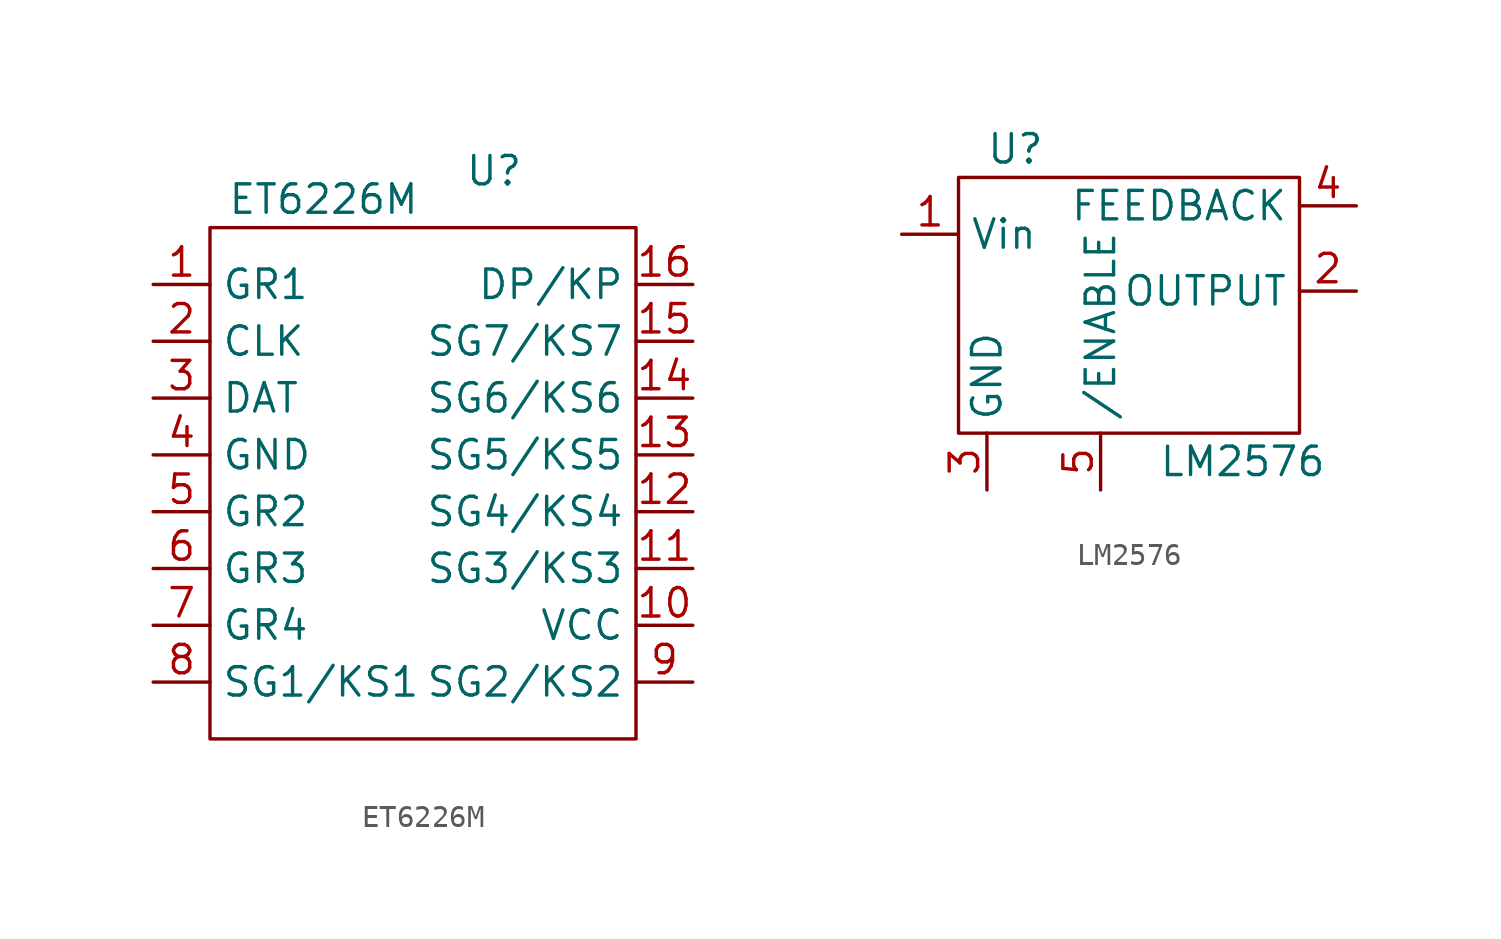
<source format=kicad_sym>
(kicad_symbol_lib
  (version 20211014)
  (generator kicad_symbol_editor)
  (symbol "ET6226M"
    (property "Reference" "U"
      (at 3.81 13.97 0)
      (effects (font (size 1.27 1.27))))
    (property "Value" "ET6226M"
      (at -3.81 12.7 0)
      (effects (font (size 1.27 1.27))))
    (symbol "ET6226M_0_1"
      (rectangle (start -8.89 11.43) (end 10.16 -11.43) (stroke (width 0) (type default) (color 0 0 0 0)) (fill (type none))))
    (symbol "ET6226M_1_1"
      (pin output line (at -11.43 8.89 0) (length 2.54) (name "GR1" (effects (font (size 1.27 1.27)))) (number "1" (effects (font (size 1.27 1.27)))))
      (pin power_in line (at 12.7 -6.35 180) (length 2.54) (name "VCC" (effects (font (size 1.27 1.27)))) (number "10" (effects (font (size 1.27 1.27)))))
      (pin bidirectional line (at 12.7 -3.81 180) (length 2.54) (name "SG3/KS3" (effects (font (size 1.27 1.27)))) (number "11" (effects (font (size 1.27 1.27)))))
      (pin bidirectional line (at 12.7 -1.27 180) (length 2.54) (name "SG4/KS4" (effects (font (size 1.27 1.27)))) (number "12" (effects (font (size 1.27 1.27)))))
      (pin bidirectional line (at 12.7 1.27 180) (length 2.54) (name "SG5/KS5" (effects (font (size 1.27 1.27)))) (number "13" (effects (font (size 1.27 1.27)))))
      (pin bidirectional line (at 12.7 3.81 180) (length 2.54) (name "SG6/KS6" (effects (font (size 1.27 1.27)))) (number "14" (effects (font (size 1.27 1.27)))))
      (pin bidirectional line (at 12.7 6.35 180) (length 2.54) (name "SG7/KS7" (effects (font (size 1.27 1.27)))) (number "15" (effects (font (size 1.27 1.27)))))
      (pin bidirectional line (at 12.7 8.89 180) (length 2.54) (name "DP/KP" (effects (font (size 1.27 1.27)))) (number "16" (effects (font (size 1.27 1.27)))))
      (pin input line (at -11.43 6.35 0) (length 2.54) (name "CLK" (effects (font (size 1.27 1.27)))) (number "2" (effects (font (size 1.27 1.27)))))
      (pin input line (at -11.43 3.81 0) (length 2.54) (name "DAT" (effects (font (size 1.27 1.27)))) (number "3" (effects (font (size 1.27 1.27)))))
      (pin power_in line (at -11.43 1.27 0) (length 2.54) (name "GND" (effects (font (size 1.27 1.27)))) (number "4" (effects (font (size 1.27 1.27)))))
      (pin output line (at -11.43 -1.27 0) (length 2.54) (name "GR2" (effects (font (size 1.27 1.27)))) (number "5" (effects (font (size 1.27 1.27)))))
      (pin output line (at -11.43 -3.81 0) (length 2.54) (name "GR3" (effects (font (size 1.27 1.27)))) (number "6" (effects (font (size 1.27 1.27)))))
      (pin output line (at -11.43 -6.35 0) (length 2.54) (name "GR4" (effects (font (size 1.27 1.27)))) (number "7" (effects (font (size 1.27 1.27)))))
      (pin bidirectional line (at -11.43 -8.89 0) (length 2.54) (name "SG1/KS1" (effects (font (size 1.27 1.27)))) (number "8" (effects (font (size 1.27 1.27)))))
      (pin bidirectional line (at 12.7 -8.89 180) (length 2.54) (name "SG2/KS2" (effects (font (size 1.27 1.27)))) (number "9" (effects (font (size 1.27 1.27)))))))
  (symbol "LM2576"
    (property "Reference" "U"
      (at 2.54 12.7 0)
      (effects (font (size 1.27 1.27))))
    (property "Value" "LM2576"
      (at 12.7 -1.27 0)
      (effects (font (size 1.27 1.27))))
    (symbol "LM2576_0_1"
      (rectangle (start 0 0) (end 15.24 11.43) (stroke (width 0.152) (type default) (color 0 0 0 0)) (fill (type none))))
    (symbol "LM2576_1_1"
      (pin power_in line (at -2.54 8.89 0) (length 2.54) (name "Vin" (effects (font (size 1.27 1.27)))) (number "1" (effects (font (size 1.27 1.27)))))
      (pin output line (at 17.78 6.35 180) (length 2.54) (name "OUTPUT" (effects (font (size 1.27 1.27)))) (number "2" (effects (font (size 1.27 1.27)))))
      (pin power_in line (at 1.27 -2.54 90) (length 2.54) (name "GND" (effects (font (size 1.27 1.27)))) (number "3" (effects (font (size 1.27 1.27)))))
      (pin input line (at 17.78 10.16 180) (length 2.54) (name "FEEDBACK" (effects (font (size 1.27 1.27)))) (number "4" (effects (font (size 1.27 1.27)))))
      (pin input line (at 6.35 -2.54 90) (length 2.54) (name "/ENABLE" (effects (font (size 1.27 1.27)))) (number "5" (effects (font (size 1.27 1.27))))))))
</source>
